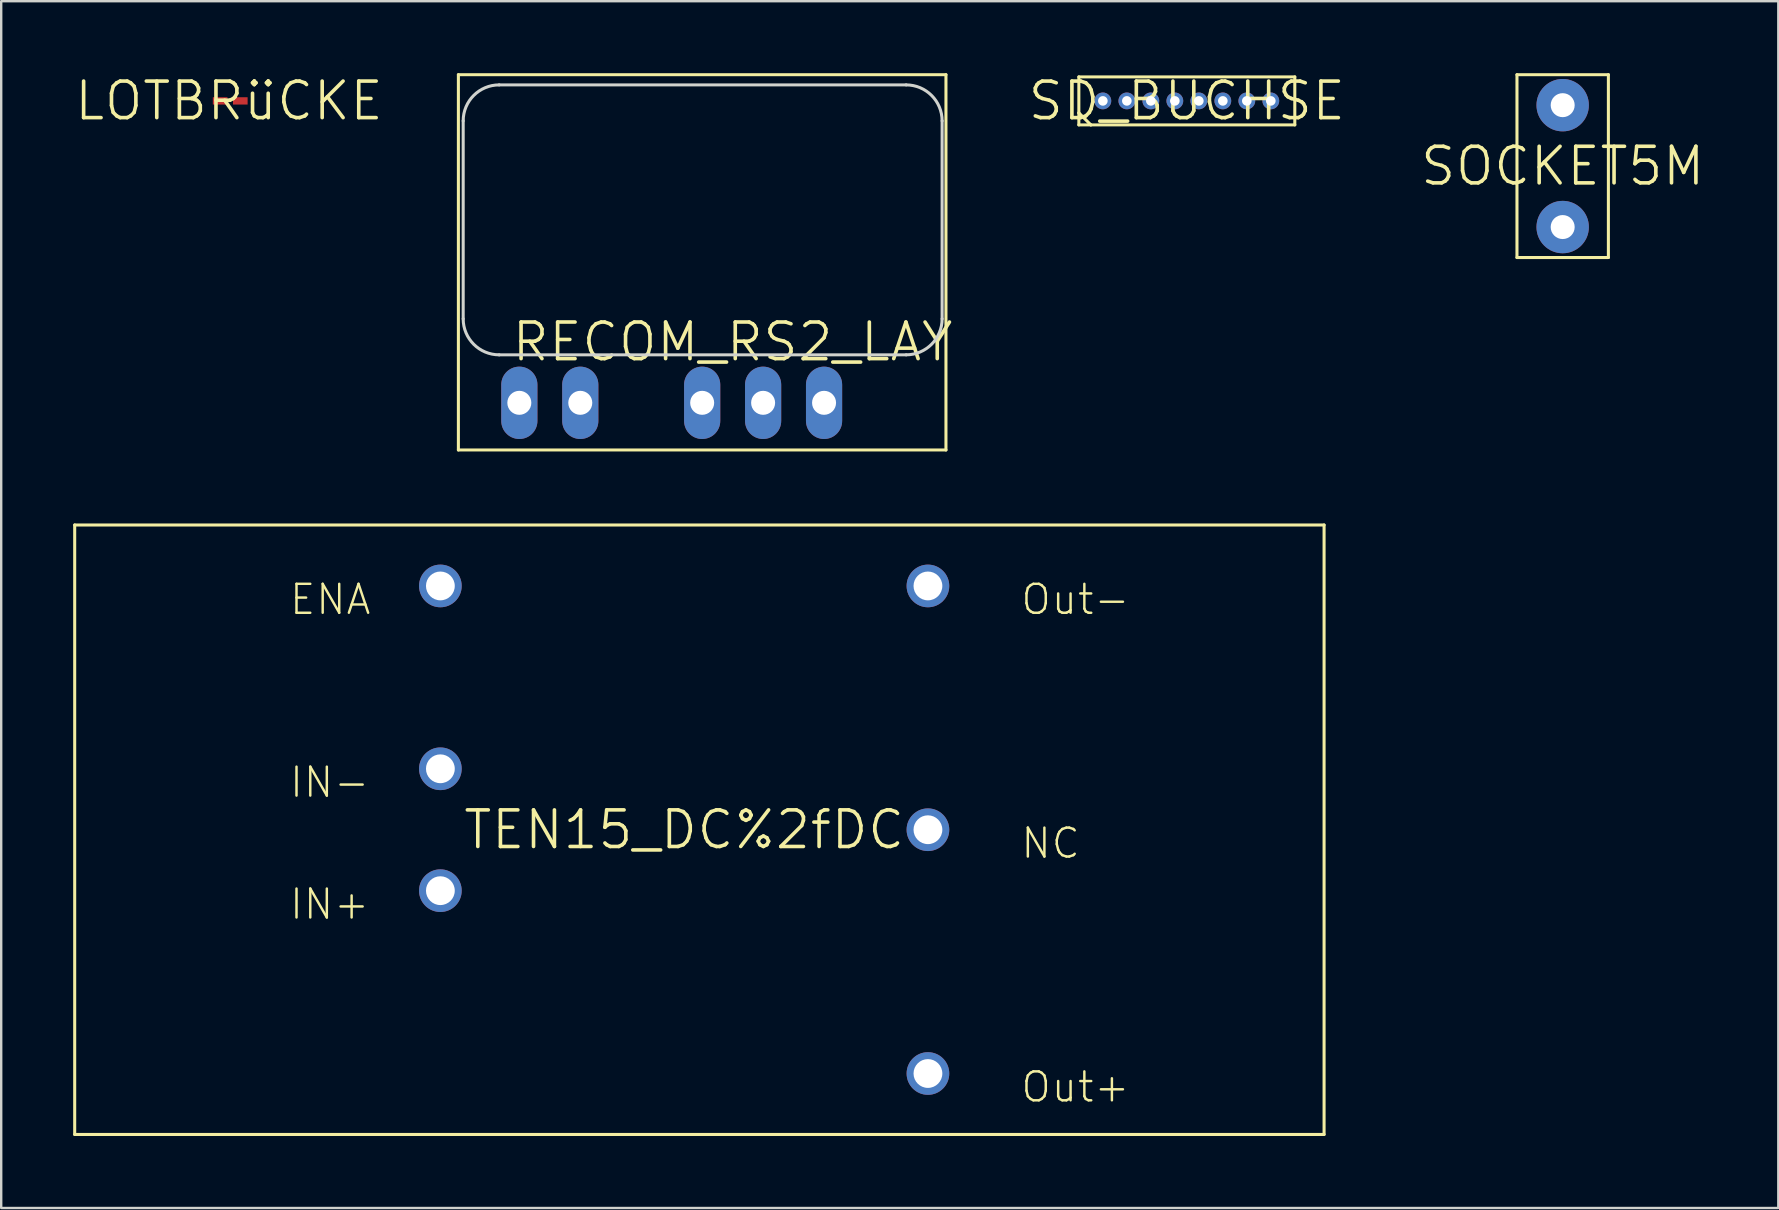
<source format=kicad_pcb>
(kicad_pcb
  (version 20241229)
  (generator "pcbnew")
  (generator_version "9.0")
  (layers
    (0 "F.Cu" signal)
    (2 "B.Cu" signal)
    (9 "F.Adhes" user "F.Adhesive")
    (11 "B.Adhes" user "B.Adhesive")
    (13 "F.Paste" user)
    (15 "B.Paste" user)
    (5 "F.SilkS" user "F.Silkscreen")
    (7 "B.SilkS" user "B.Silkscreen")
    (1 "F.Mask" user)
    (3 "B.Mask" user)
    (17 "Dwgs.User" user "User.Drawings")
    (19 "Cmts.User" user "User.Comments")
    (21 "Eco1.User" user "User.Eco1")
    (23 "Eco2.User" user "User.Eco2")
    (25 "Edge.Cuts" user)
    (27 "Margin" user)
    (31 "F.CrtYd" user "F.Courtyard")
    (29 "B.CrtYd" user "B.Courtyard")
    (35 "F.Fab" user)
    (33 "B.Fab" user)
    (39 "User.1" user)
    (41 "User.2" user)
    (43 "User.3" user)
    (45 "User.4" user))
  (footprint "SD_BUCHSE"
    (layer "F.Cu")
    (at 46.413 1.155)
    (property "Reference" "SD_BUCHSE" (at 0 0 0) (layer "F.SilkS") (effects (font (size 1.524 1.524) (thickness 0.15))))
    (attr through_hole)
    (fp_line (start -4.5 -1) (end -4.5 0.5) (stroke (width 0.127) (type solid)) (layer "F.SilkS"))
    (fp_line (start -4.5 0.5) (end -4.5 1) (stroke (width 0.127) (type solid)) (layer "F.SilkS"))
    (fp_line (start -4.5 0.5) (end -4 1) (stroke (width 0.127) (type solid)) (layer "F.SilkS"))
    (fp_line (start -4.5 1) (end -4 1) (stroke (width 0.127) (type solid)) (layer "F.SilkS"))
    (fp_line (start -4 1) (end 4.5 1) (stroke (width 0.127) (type solid)) (layer "F.SilkS"))
    (fp_line (start 4.5 -1) (end -4.5 -1) (stroke (width 0.127) (type solid)) (layer "F.SilkS"))
    (fp_line (start 4.5 1) (end 4.5 -1) (stroke (width 0.127) (type solid)) (layer "F.SilkS"))
    (pad "P$1" thru_hole circle (at -3.5 0) (size 0.7 0.7) (drill 0.4) (layers "*.Cu" "*.Mask"))
    (pad "P$2" thru_hole circle (at -2.5 0) (size 0.7 0.7) (drill 0.4) (layers "*.Cu" "*.Mask"))
    (pad "P$3" thru_hole circle (at -1.5 0) (size 0.7 0.7) (drill 0.4) (layers "*.Cu" "*.Mask"))
    (pad "P$4" thru_hole circle (at -0.5 0) (size 0.7 0.7) (drill 0.4) (layers "*.Cu" "*.Mask"))
    (pad "P$5" thru_hole circle (at 0.5 0) (size 0.7 0.7) (drill 0.4) (layers "*.Cu" "*.Mask"))
    (pad "P$6" thru_hole circle (at 1.5 0) (size 0.7 0.7) (drill 0.4) (layers "*.Cu" "*.Mask"))
    (pad "P$7" thru_hole circle (at 2.5 0) (size 0.7 0.7) (drill 0.4) (layers "*.Cu" "*.Mask"))
    (pad "P$8" thru_hole circle (at 3.5 0) (size 0.7 0.7) (drill 0.4) (layers "*.Cu" "*.Mask")))
  (footprint "LOTBRüCKE"
    (layer "F.Cu")
    (at 6.495 1.155)
    (property "Reference" "LOTBRüCKE" (at 0 0 0) (layer "F.SilkS") (effects (font (size 1.524 1.524) (thickness 0.15))))
    (attr through_hole)
    (pad "P$1" smd rect (at -0.37 0) (size 0.61 0.305) (layers "F.Cu" "F.Mask" "F.Paste"))
    (pad "P$2" smd rect (at 0.47 0) (size 0.61 0.305) (layers "F.Cu" "F.Mask" "F.Paste")))
  (footprint "RECOM_RS2_LAY"
    (layer "F.Cu")
    (at 27.484 11.198)
    (property "Reference" "RECOM_RS2_LAY" (at 0 0 0) (layer "F.SilkS") (effects (font (size 1.524 1.524) (thickness 0.15))))
    (attr through_hole)
    (fp_line (start -11.43 -11.135) (end -11.43 4.505) (stroke (width 0.127) (type solid)) (layer "F.SilkS"))
    (fp_line (start -11.43 4.505) (end 8.89 4.505) (stroke (width 0.127) (type solid)) (layer "F.SilkS"))
    (fp_line (start 8.89 -11.135) (end -11.43 -11.135) (stroke (width 0.127) (type solid)) (layer "F.SilkS"))
    (fp_line (start 8.89 4.505) (end 8.89 -11.135) (stroke (width 0.127) (type solid)) (layer "F.SilkS"))
    (fp_line (start -11.23 -0.96) (end -11.23 -9.21) (stroke (width 0.127) (type solid)) (layer "Edge.Cuts"))
    (fp_line (start -9.73 -10.71) (end 7.23 -10.71) (stroke (width 0.127) (type solid)) (layer "Edge.Cuts"))
    (fp_line (start 7.23 0.54) (end -9.73 0.54) (stroke (width 0.127) (type solid)) (layer "Edge.Cuts"))
    (fp_line (start 8.73 -9.21) (end 8.73 -0.96) (stroke (width 0.127) (type solid)) (layer "Edge.Cuts"))
    (fp_arc (start -11.23 -9.21) (mid -10.79066 -10.27066) (end -9.73 -10.71) (stroke (width 0.127) (type solid)) (layer "Edge.Cuts"))
    (fp_arc (start -9.73 0.54) (mid -10.79066 0.10066) (end -11.23 -0.96) (stroke (width 0.127) (type solid)) (layer "Edge.Cuts"))
    (fp_arc (start 7.23 -10.71) (mid 8.29066 -10.27066) (end 8.73 -9.21) (stroke (width 0.127) (type solid)) (layer "Edge.Cuts"))
    (fp_arc (start 8.73 -0.96) (mid 8.29066 0.10066) (end 7.23 0.54) (stroke (width 0.127) (type solid)) (layer "Edge.Cuts"))
    (pad "COM" thru_hole oval (at 1.27 2.54 90) (size 3.016 1.508) (drill 1) (layers "*.Cu" "*.Mask"))
    (pad "GND" thru_hole oval (at -6.35 2.54 90) (size 3.016 1.508) (drill 1) (layers "*.Cu" "*.Mask"))
    (pad "VIN+" thru_hole oval (at -8.89 2.54 90) (size 3.016 1.508) (drill 1) (layers "*.Cu" "*.Mask"))
    (pad "VOUT" thru_hole oval (at -1.27 2.54 90) (size 3.016 1.508) (drill 1) (layers "*.Cu" "*.Mask"))
    (pad "VOUT" thru_hole oval (at 3.81 2.54 90) (size 3.016 1.508) (drill 1) (layers "*.Cu" "*.Mask")))
  (footprint "SOCKET5M"
    (layer "F.Cu")
    (at 62.077 3.873)
    (property "Reference" "SOCKET5M" (at 0 0 0) (layer "F.SilkS") (effects (font (size 1.524 1.524) (thickness 0.15))))
    (attr through_hole)
    (fp_line (start -1.905 -3.81) (end -1.905 3.81) (stroke (width 0.127) (type solid)) (layer "F.SilkS"))
    (fp_line (start -1.905 3.81) (end 1.905 3.81) (stroke (width 0.127) (type solid)) (layer "F.SilkS"))
    (fp_line (start 1.905 -3.81) (end -1.905 -3.81) (stroke (width 0.127) (type solid)) (layer "F.SilkS"))
    (fp_line (start 1.905 3.81) (end 1.905 -3.81) (stroke (width 0.127) (type solid)) (layer "F.SilkS"))
    (pad "P$1" thru_hole circle (at 0 -2.54) (size 2.184 2.184) (drill 1) (layers "*.Cu" "*.Mask"))
    (pad "P$2" thru_hole circle (at 0 2.54) (size 2.184 2.184) (drill 1) (layers "*.Cu" "*.Mask")))
  (footprint "TEN15_DC%2fDC"
    (layer "F.Cu")
    (at 25.463 31.53)
    (property "Reference" "TEN15_DC%2fDC" (at 0 0 0) (layer "F.SilkS") (effects (font (size 1.524 1.524) (thickness 0.15))))
    (attr through_hole)
    (fp_line (start -25.4 -12.7) (end 26.67 -12.7) (stroke (width 0.127) (type solid)) (layer "F.SilkS"))
    (fp_line (start -25.4 12.7) (end -25.4 -12.7) (stroke (width 0.127) (type solid)) (layer "F.SilkS"))
    (fp_line (start 26.67 -12.7) (end 26.67 12.7) (stroke (width 0.127) (type solid)) (layer "F.SilkS"))
    (fp_line (start 26.67 12.7) (end -25.4 12.7) (stroke (width 0.127) (type solid)) (layer "F.SilkS"))
    (fp_text user "IN+" (at -16.51 3.81 0) (layer "F.SilkS") (effects (font (size 1.206 1.206) (thickness 0.102)) (justify left bottom)))
    (fp_text user "Out+" (at 13.97 11.43 0) (layer "F.SilkS") (effects (font (size 1.206 1.206) (thickness 0.102)) (justify left bottom)))
    (fp_text user "ENA" (at -16.51 -8.89 0) (layer "F.SilkS") (effects (font (size 1.206 1.206) (thickness 0.102)) (justify left bottom)))
    (fp_text user "IN-" (at -16.51 -1.27 0) (layer "F.SilkS") (effects (font (size 1.206 1.206) (thickness 0.102)) (justify left bottom)))
    (fp_text user "NC" (at 13.97 1.27 0) (layer "F.SilkS") (effects (font (size 1.206 1.206) (thickness 0.102)) (justify left bottom)))
    (fp_text user "Out-" (at 13.97 -8.89 0) (layer "F.SilkS") (effects (font (size 1.206 1.206) (thickness 0.102)) (justify left bottom)))
    (pad "ENA" thru_hole circle (at -10.16 -10.16) (size 1.778 1.778) (drill 1.2) (layers "*.Cu" "*.Mask"))
    (pad "IN+" thru_hole circle (at -10.16 2.54) (size 1.778 1.778) (drill 1.2) (layers "*.Cu" "*.Mask"))
    (pad "IN-" thru_hole circle (at -10.16 -2.54) (size 1.778 1.778) (drill 1.2) (layers "*.Cu" "*.Mask"))
    (pad "NC" thru_hole circle (at 10.16 0) (size 1.778 1.778) (drill 1.2) (layers "*.Cu" "*.Mask"))
    (pad "OUT+" thru_hole circle (at 10.16 10.16) (size 1.778 1.778) (drill 1.2) (layers "*.Cu" "*.Mask"))
    (pad "OUT-" thru_hole circle (at 10.16 -10.16) (size 1.778 1.778) (drill 1.2) (layers "*.Cu" "*.Mask")))
  (gr_rect
    (start -3 -3)
    (end 71.064 47.294)
    (stroke (width 0.1) (type default))
    (fill no)
    (layer "Edge.Cuts")))
</source>
